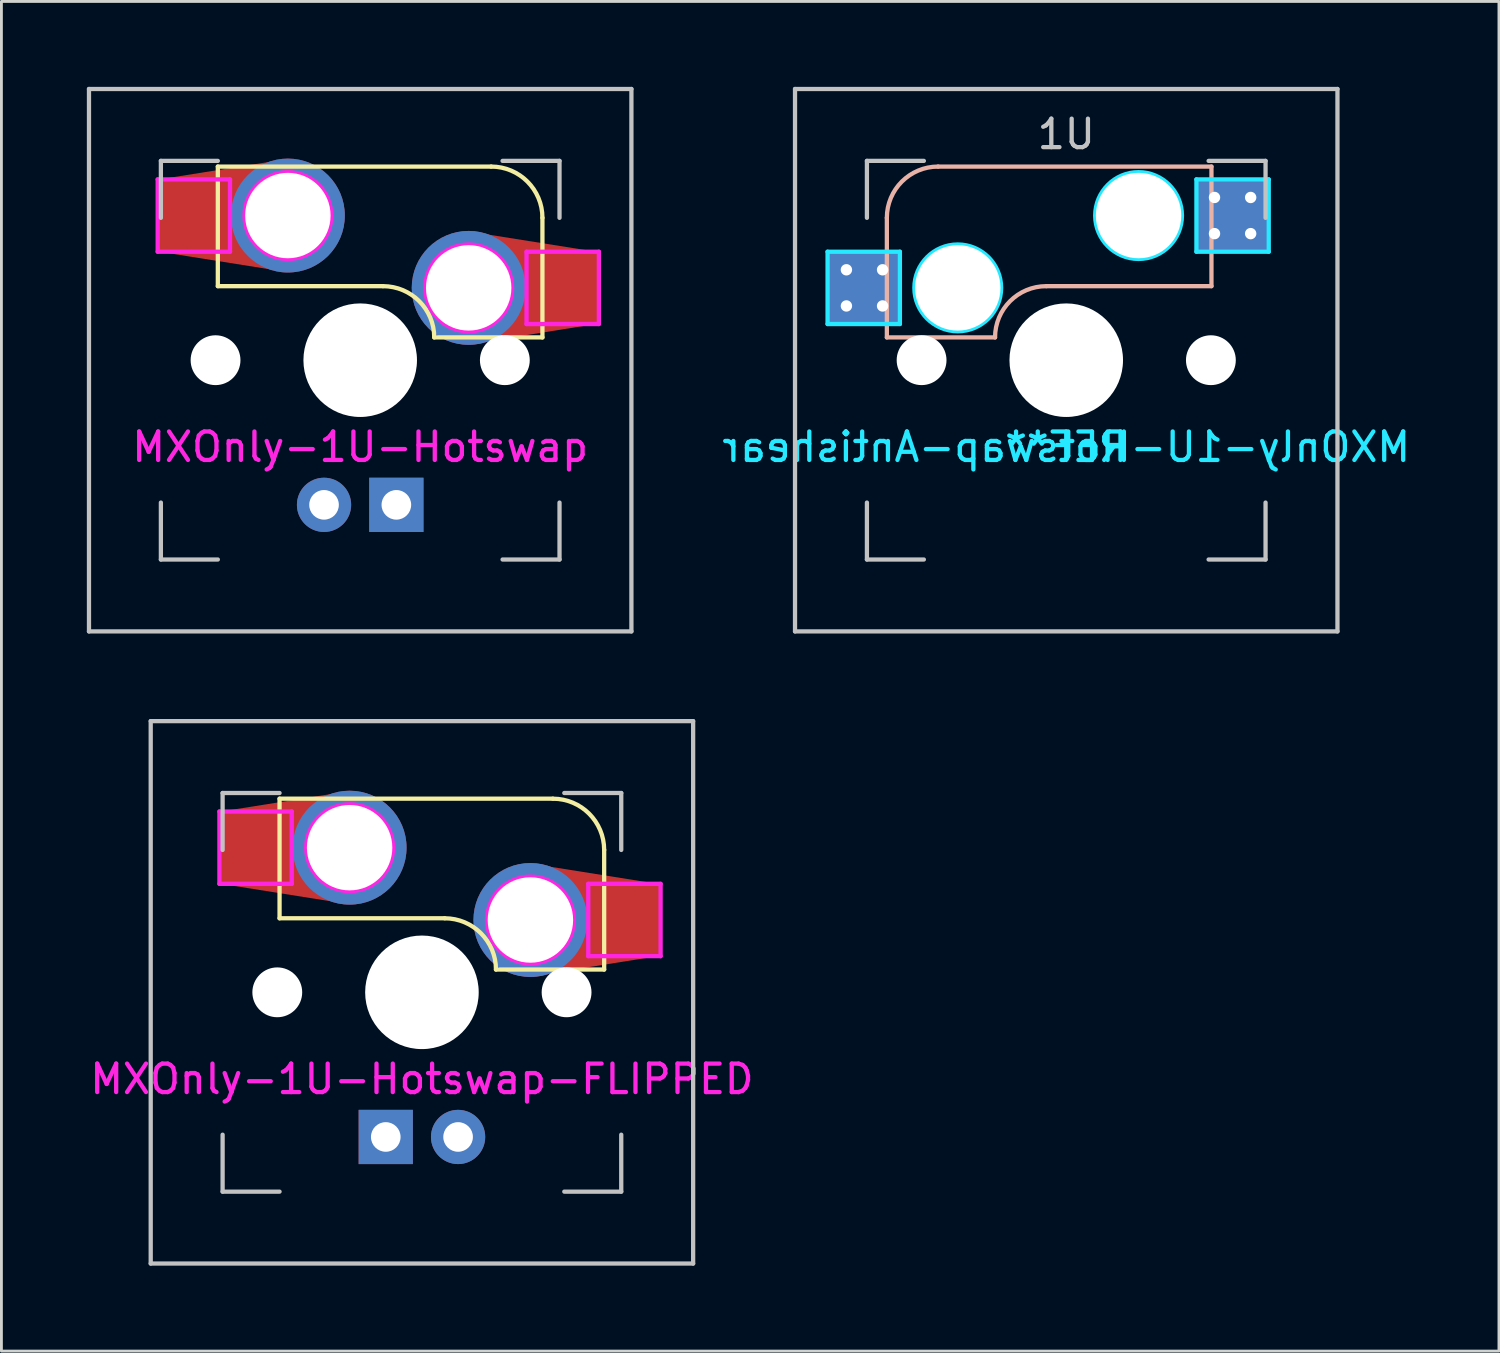
<source format=kicad_pcb>
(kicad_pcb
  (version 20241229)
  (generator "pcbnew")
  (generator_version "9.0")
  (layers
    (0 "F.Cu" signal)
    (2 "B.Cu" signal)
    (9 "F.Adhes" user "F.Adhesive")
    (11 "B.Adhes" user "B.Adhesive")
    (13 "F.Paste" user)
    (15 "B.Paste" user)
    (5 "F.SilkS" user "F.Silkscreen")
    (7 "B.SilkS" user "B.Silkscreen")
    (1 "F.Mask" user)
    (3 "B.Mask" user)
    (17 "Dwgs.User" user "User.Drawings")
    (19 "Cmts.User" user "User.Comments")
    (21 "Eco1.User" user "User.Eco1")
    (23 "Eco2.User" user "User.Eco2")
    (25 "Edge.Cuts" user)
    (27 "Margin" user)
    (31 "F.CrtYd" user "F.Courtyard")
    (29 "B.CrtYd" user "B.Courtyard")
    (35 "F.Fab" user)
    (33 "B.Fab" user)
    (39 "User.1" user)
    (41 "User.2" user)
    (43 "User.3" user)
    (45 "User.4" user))
  (footprint "MXOnly-1U-Hotswap-Antishear"
    (layer "F.Cu")
    (at 34.396 9.6)
    (property "Reference" "MXOnly-1U-Hotswap-Antishear" (at 0 3.048 0) (layer "B.CrtYd") (effects (font (size 1 1) (thickness 0.15)) (justify mirror)))
    (attr smd)
    (fp_line (start -6.3 -5) (end -6.3 -0.8) (stroke (width 0.15) (type solid)) (layer "B.SilkS"))
    (fp_line (start -6.3 -0.8) (end -2.5 -0.8) (stroke (width 0.15) (type solid)) (layer "B.SilkS"))
    (fp_line (start -0.7 -2.6) (end 5.1 -2.6) (stroke (width 0.15) (type solid)) (layer "B.SilkS"))
    (fp_line (start 5.1 -6.8) (end -4.5 -6.8) (stroke (width 0.15) (type solid)) (layer "B.SilkS"))
    (fp_line (start 5.1 -2.6) (end 5.1 -6.8) (stroke (width 0.15) (type solid)) (layer "B.SilkS"))
    (fp_arc (start -6.3 -5) (mid -5.772792 -6.272792) (end -4.5 -6.8) (stroke (width 0.15) (type solid)) (layer "B.SilkS"))
    (fp_arc (start -2.5 -0.8) (mid -1.972792 -2.072792) (end -0.7 -2.6) (stroke (width 0.15) (type solid)) (layer "B.SilkS"))
    (fp_line (start -9.525 -9.525) (end 9.525 -9.525) (stroke (width 0.15) (type solid)) (layer "Dwgs.User"))
    (fp_line (start -9.525 9.525) (end -9.525 -9.525) (stroke (width 0.15) (type solid)) (layer "Dwgs.User"))
    (fp_line (start -7 -7) (end -7 -5) (stroke (width 0.15) (type solid)) (layer "Dwgs.User"))
    (fp_line (start -7 5) (end -7 7) (stroke (width 0.15) (type solid)) (layer "Dwgs.User"))
    (fp_line (start -7 7) (end -5 7) (stroke (width 0.15) (type solid)) (layer "Dwgs.User"))
    (fp_line (start -5 -7) (end -7 -7) (stroke (width 0.15) (type solid)) (layer "Dwgs.User"))
    (fp_line (start 5 -7) (end 7 -7) (stroke (width 0.15) (type solid)) (layer "Dwgs.User"))
    (fp_line (start 5 7) (end 7 7) (stroke (width 0.15) (type solid)) (layer "Dwgs.User"))
    (fp_line (start 7 -7) (end 7 -5) (stroke (width 0.15) (type solid)) (layer "Dwgs.User"))
    (fp_line (start 7 7) (end 7 5) (stroke (width 0.15) (type solid)) (layer "Dwgs.User"))
    (fp_line (start 9.525 -9.525) (end 9.525 9.525) (stroke (width 0.15) (type solid)) (layer "Dwgs.User"))
    (fp_line (start 9.525 9.525) (end -9.525 9.525) (stroke (width 0.15) (type solid)) (layer "Dwgs.User"))
    (fp_line (start -8.382 -3.81) (end -8.382 -1.27) (stroke (width 0.15) (type solid)) (layer "B.CrtYd"))
    (fp_line (start -8.382 -1.27) (end -5.842 -1.27) (stroke (width 0.15) (type solid)) (layer "B.CrtYd"))
    (fp_line (start -5.842 -3.81) (end -8.382 -3.81) (stroke (width 0.15) (type solid)) (layer "B.CrtYd"))
    (fp_line (start -5.842 -1.27) (end -5.842 -3.81) (stroke (width 0.15) (type solid)) (layer "B.CrtYd"))
    (fp_line (start 4.572 -6.35) (end 7.112 -6.35) (stroke (width 0.15) (type solid)) (layer "B.CrtYd"))
    (fp_line (start 4.572 -3.81) (end 4.572 -6.35) (stroke (width 0.15) (type solid)) (layer "B.CrtYd"))
    (fp_line (start 7.112 -6.35) (end 7.112 -3.81) (stroke (width 0.15) (type solid)) (layer "B.CrtYd"))
    (fp_line (start 7.112 -3.81) (end 4.572 -3.81) (stroke (width 0.15) (type solid)) (layer "B.CrtYd"))
    (fp_circle (center -3.81 -2.54) (end -3.81 -4.064) (stroke (width 0.15) (type solid)) (fill no) (layer "B.CrtYd"))
    (fp_circle (center 2.54 -5.08) (end 2.54 -6.604) (stroke (width 0.15) (type solid)) (fill no) (layer "B.CrtYd"))
    (fp_text user "1U" (at 0 -7.938 0) (layer "Dwgs.User") (effects (font (size 1 1) (thickness 0.15))))
    (fp_text user "REF**" (at 0 3.048 0) (layer "B.CrtYd") (effects (font (size 1 1) (thickness 0.15)) (justify mirror)))
    (pad "" np_thru_hole circle (at -5.08 0 48.1) (size 1.75 1.75) (drill 1.75) (layers "*.Cu" "*.Mask"))
    (pad "" np_thru_hole circle (at -3.81 -2.54) (size 3 3) (drill 3) (layers "*.Cu" "*.Mask"))
    (pad "" np_thru_hole circle (at 0 0) (size 3.988 3.988) (drill 3.988) (layers "*.Cu" "*.Mask"))
    (pad "" np_thru_hole circle (at 2.54 -5.08) (size 3 3) (drill 3) (layers "*.Cu" "*.Mask"))
    (pad "" np_thru_hole circle (at 5.08 0 48.1) (size 1.75 1.75) (drill 1.75) (layers "*.Cu" "*.Mask"))
    (pad "1" thru_hole circle (at -7.72 -3.175) (size 0.8 0.8) (drill 0.4) (layers "*.Cu" "B.Mask"))
    (pad "1" thru_hole circle (at -7.72 -1.905) (size 0.8 0.8) (drill 0.4) (layers "*.Cu" "B.Mask"))
    (pad "1" smd rect (at -7.085 -2.54) (size 2.55 2.5) (layers "B.Cu" "B.Mask" "B.Paste"))
    (pad "1" thru_hole circle (at -6.45 -3.175) (size 0.8 0.8) (drill 0.4) (layers "*.Cu" "B.Mask"))
    (pad "1" thru_hole circle (at -6.45 -1.905) (size 0.8 0.8) (drill 0.4) (layers "*.Cu" "B.Mask"))
    (pad "2" thru_hole circle (at 5.207 -5.715) (size 0.8 0.8) (drill 0.4) (layers "*.Cu" "B.Mask"))
    (pad "2" thru_hole circle (at 5.207 -4.445) (size 0.8 0.8) (drill 0.4) (layers "*.Cu" "B.Mask"))
    (pad "2" smd rect (at 5.842 -5.08) (size 2.55 2.5) (layers "B.Cu" "B.Mask" "B.Paste"))
    (pad "2" thru_hole circle (at 6.477 -5.715) (size 0.8 0.8) (drill 0.4) (layers "*.Cu" "B.Mask"))
    (pad "2" thru_hole circle (at 6.477 -4.445) (size 0.8 0.8) (drill 0.4) (layers "*.Cu" "B.Mask")))
  (footprint "MXOnly-1U-Hotswap"
    (layer "F.Cu")
    (at 9.6 9.6)
    (property "Reference" "MXOnly-1U-Hotswap" (at 0 3.048 180) (layer "F.CrtYd") (effects (font (size 1 1) (thickness 0.15))))
    (attr smd)
    (fp_line (start -5 -6.8) (end 4.6 -6.8) (stroke (width 0.15) (type solid)) (layer "F.SilkS"))
    (fp_line (start -5 -2.6) (end -5 -6.8) (stroke (width 0.15) (type solid)) (layer "F.SilkS"))
    (fp_line (start 0.8 -2.6) (end -5 -2.6) (stroke (width 0.15) (type solid)) (layer "F.SilkS"))
    (fp_line (start 6.4 -5) (end 6.4 -0.8) (stroke (width 0.15) (type solid)) (layer "F.SilkS"))
    (fp_line (start 6.4 -0.8) (end 2.6 -0.8) (stroke (width 0.15) (type solid)) (layer "F.SilkS"))
    (fp_arc (start 0.8 -2.6) (mid 2.072792 -2.072792) (end 2.6 -0.8) (stroke (width 0.15) (type solid)) (layer "F.SilkS"))
    (fp_arc (start 4.6 -6.8) (mid 5.872792 -6.272792) (end 6.4 -5) (stroke (width 0.15) (type solid)) (layer "F.SilkS"))
    (fp_poly (pts (xy -5.08 -3.493) (xy -7.112 -3.81) (xy -7.112 -6.35) (xy -5.08 -6.668)) (stroke (width 0.1) (type solid)) (fill yes) (layer "F.Paste"))
    (fp_poly (pts (xy 6.477 -4.064) (xy 8.509 -3.747) (xy 8.509 -1.206) (xy 6.477 -0.889)) (stroke (width 0.1) (type solid)) (fill yes) (layer "F.Paste"))
    (fp_line (start -9.525 -9.525) (end -9.525 9.525) (stroke (width 0.15) (type solid)) (layer "Dwgs.User"))
    (fp_line (start -9.525 9.525) (end 9.525 9.525) (stroke (width 0.15) (type solid)) (layer "Dwgs.User"))
    (fp_line (start -7 -7) (end -7 -5) (stroke (width 0.15) (type solid)) (layer "Dwgs.User"))
    (fp_line (start -7 7) (end -7 5) (stroke (width 0.15) (type solid)) (layer "Dwgs.User"))
    (fp_line (start -5 -7) (end -7 -7) (stroke (width 0.15) (type solid)) (layer "Dwgs.User"))
    (fp_line (start -5 7) (end -7 7) (stroke (width 0.15) (type solid)) (layer "Dwgs.User"))
    (fp_line (start 5 -7) (end 7 -7) (stroke (width 0.15) (type solid)) (layer "Dwgs.User"))
    (fp_line (start 7 -7) (end 7 -5) (stroke (width 0.15) (type solid)) (layer "Dwgs.User"))
    (fp_line (start 7 5) (end 7 7) (stroke (width 0.15) (type solid)) (layer "Dwgs.User"))
    (fp_line (start 7 7) (end 5 7) (stroke (width 0.15) (type solid)) (layer "Dwgs.User"))
    (fp_line (start 9.525 -9.525) (end -9.525 -9.525) (stroke (width 0.15) (type solid)) (layer "Dwgs.User"))
    (fp_line (start 9.525 9.525) (end 9.525 -9.525) (stroke (width 0.15) (type solid)) (layer "Dwgs.User"))
    (fp_line (start -7.112 -6.35) (end -7.112 -3.81) (stroke (width 0.15) (type solid)) (layer "F.CrtYd"))
    (fp_line (start -7.112 -3.81) (end -4.572 -3.81) (stroke (width 0.15) (type solid)) (layer "F.CrtYd"))
    (fp_line (start -4.572 -6.35) (end -7.112 -6.35) (stroke (width 0.15) (type solid)) (layer "F.CrtYd"))
    (fp_line (start -4.572 -3.81) (end -4.572 -6.35) (stroke (width 0.15) (type solid)) (layer "F.CrtYd"))
    (fp_line (start 5.842 -3.81) (end 5.842 -1.27) (stroke (width 0.15) (type solid)) (layer "F.CrtYd"))
    (fp_line (start 5.842 -1.27) (end 8.382 -1.27) (stroke (width 0.15) (type solid)) (layer "F.CrtYd"))
    (fp_line (start 8.382 -3.81) (end 5.842 -3.81) (stroke (width 0.15) (type solid)) (layer "F.CrtYd"))
    (fp_line (start 8.382 -1.27) (end 8.382 -3.81) (stroke (width 0.15) (type solid)) (layer "F.CrtYd"))
    (fp_circle (center -2.54 -5.08) (end -2.54 -6.604) (stroke (width 0.15) (type solid)) (fill no) (layer "F.CrtYd"))
    (fp_circle (center 3.81 -2.54) (end 3.81 -4.064) (stroke (width 0.15) (type solid)) (fill no) (layer "F.CrtYd"))
    (pad "" np_thru_hole circle (at -5.08 0 131.9) (size 1.75 1.75) (drill 1.75) (layers "*.Cu" "*.Mask"))
    (pad "" np_thru_hole circle (at 0 0 180) (size 3.988 3.988) (drill 3.988) (layers "*.Cu" "*.Mask"))
    (pad "" np_thru_hole circle (at 5.08 0 131.9) (size 1.75 1.75) (drill 1.75) (layers "*.Cu" "*.Mask"))
    (pad "1" thru_hole circle (at 3.81 -2.54 180) (size 4 4) (drill 3) (layers "*.Cu" "F.Mask"))
    (pad "1" smd custom (at 7.085 -2.54 180) (size 2.55 2.5) (layers "F.Cu" "F.Mask") (options (anchor rect)) (primitives (gr_poly (pts (xy -1.195 1.219) (xy 3.275 1.93) (xy 3.275 -1.93) (xy -1.195 -1.219)) (width 0.1) (fill yes))))
    (pad "2" smd custom (at -5.841 -5.08 180) (size 2.55 2.5) (layers "F.Cu" "F.Mask") (options (anchor rect)) (primitives (gr_poly (pts (xy 1.219 -1.219) (xy -3.251 -1.93) (xy -3.251 1.93) (xy 1.219 1.219)) (width 0.1) (fill yes))))
    (pad "2" thru_hole circle (at -2.54 -5.08 180) (size 4 4) (drill 3) (layers "*.Cu" "F.Mask"))
    (pad "3" thru_hole circle (at -1.27 5.08) (size 1.905 1.905) (drill 1.04) (layers "*.Cu" "F.Mask"))
    (pad "4" thru_hole rect (at 1.27 5.08) (size 1.905 1.905) (drill 1.04) (layers "*.Cu" "F.Mask")))
  (footprint "MXOnly-1U-Hotswap-FLIPPED"
    (layer "F.Cu")
    (at 11.768 31.8)
    (property "Reference" "MXOnly-1U-Hotswap-FLIPPED" (at 0 3.048 180) (layer "F.CrtYd") (effects (font (size 1 1) (thickness 0.15))))
    (attr smd)
    (fp_line (start -5 -6.8) (end 4.6 -6.8) (stroke (width 0.15) (type solid)) (layer "F.SilkS"))
    (fp_line (start -5 -2.6) (end -5 -6.8) (stroke (width 0.15) (type solid)) (layer "F.SilkS"))
    (fp_line (start 0.8 -2.6) (end -5 -2.6) (stroke (width 0.15) (type solid)) (layer "F.SilkS"))
    (fp_line (start 6.4 -5) (end 6.4 -0.8) (stroke (width 0.15) (type solid)) (layer "F.SilkS"))
    (fp_line (start 6.4 -0.8) (end 2.6 -0.8) (stroke (width 0.15) (type solid)) (layer "F.SilkS"))
    (fp_arc (start 0.8 -2.6) (mid 2.072792 -2.072792) (end 2.6 -0.8) (stroke (width 0.15) (type solid)) (layer "F.SilkS"))
    (fp_arc (start 4.6 -6.8) (mid 5.872792 -6.272792) (end 6.4 -5) (stroke (width 0.15) (type solid)) (layer "F.SilkS"))
    (fp_poly (pts (xy -5.08 -3.493) (xy -7.112 -3.81) (xy -7.112 -6.35) (xy -5.08 -6.668)) (stroke (width 0.1) (type solid)) (fill yes) (layer "F.Paste"))
    (fp_poly (pts (xy 6.477 -4.064) (xy 8.509 -3.747) (xy 8.509 -1.206) (xy 6.477 -0.889)) (stroke (width 0.1) (type solid)) (fill yes) (layer "F.Paste"))
    (fp_line (start -9.525 -9.525) (end -9.525 9.525) (stroke (width 0.15) (type solid)) (layer "Dwgs.User"))
    (fp_line (start -9.525 9.525) (end 9.525 9.525) (stroke (width 0.15) (type solid)) (layer "Dwgs.User"))
    (fp_line (start -7 -7) (end -7 -5) (stroke (width 0.15) (type solid)) (layer "Dwgs.User"))
    (fp_line (start -7 7) (end -7 5) (stroke (width 0.15) (type solid)) (layer "Dwgs.User"))
    (fp_line (start -5 -7) (end -7 -7) (stroke (width 0.15) (type solid)) (layer "Dwgs.User"))
    (fp_line (start -5 7) (end -7 7) (stroke (width 0.15) (type solid)) (layer "Dwgs.User"))
    (fp_line (start 5 -7) (end 7 -7) (stroke (width 0.15) (type solid)) (layer "Dwgs.User"))
    (fp_line (start 7 -7) (end 7 -5) (stroke (width 0.15) (type solid)) (layer "Dwgs.User"))
    (fp_line (start 7 5) (end 7 7) (stroke (width 0.15) (type solid)) (layer "Dwgs.User"))
    (fp_line (start 7 7) (end 5 7) (stroke (width 0.15) (type solid)) (layer "Dwgs.User"))
    (fp_line (start 9.525 -9.525) (end -9.525 -9.525) (stroke (width 0.15) (type solid)) (layer "Dwgs.User"))
    (fp_line (start 9.525 9.525) (end 9.525 -9.525) (stroke (width 0.15) (type solid)) (layer "Dwgs.User"))
    (fp_line (start -7.112 -6.35) (end -7.112 -3.81) (stroke (width 0.15) (type solid)) (layer "F.CrtYd"))
    (fp_line (start -7.112 -3.81) (end -4.572 -3.81) (stroke (width 0.15) (type solid)) (layer "F.CrtYd"))
    (fp_line (start -4.572 -6.35) (end -7.112 -6.35) (stroke (width 0.15) (type solid)) (layer "F.CrtYd"))
    (fp_line (start -4.572 -3.81) (end -4.572 -6.35) (stroke (width 0.15) (type solid)) (layer "F.CrtYd"))
    (fp_line (start 5.842 -3.81) (end 5.842 -1.27) (stroke (width 0.15) (type solid)) (layer "F.CrtYd"))
    (fp_line (start 5.842 -1.27) (end 8.382 -1.27) (stroke (width 0.15) (type solid)) (layer "F.CrtYd"))
    (fp_line (start 8.382 -3.81) (end 5.842 -3.81) (stroke (width 0.15) (type solid)) (layer "F.CrtYd"))
    (fp_line (start 8.382 -1.27) (end 8.382 -3.81) (stroke (width 0.15) (type solid)) (layer "F.CrtYd"))
    (fp_circle (center -2.54 -5.08) (end -2.54 -6.604) (stroke (width 0.15) (type solid)) (fill no) (layer "F.CrtYd"))
    (fp_circle (center 3.81 -2.54) (end 3.81 -4.064) (stroke (width 0.15) (type solid)) (fill no) (layer "F.CrtYd"))
    (pad "" np_thru_hole circle (at -5.08 0 131.9) (size 1.75 1.75) (drill 1.75) (layers "*.Cu" "*.Mask"))
    (pad "" np_thru_hole circle (at 0 0 180) (size 3.988 3.988) (drill 3.988) (layers "*.Cu" "*.Mask"))
    (pad "" np_thru_hole circle (at 5.08 0 131.9) (size 1.75 1.75) (drill 1.75) (layers "*.Cu" "*.Mask"))
    (pad "1" thru_hole circle (at 3.81 -2.54 180) (size 4 4) (drill 3) (layers "*.Cu" "F.Mask"))
    (pad "1" smd custom (at 7.085 -2.54 180) (size 2.55 2.5) (layers "F.Cu" "F.Mask") (options (anchor rect)) (primitives (gr_poly (pts (xy -1.195 1.219) (xy 3.275 1.93) (xy 3.275 -1.93) (xy -1.195 -1.219)) (width 0.1) (fill yes))))
    (pad "2" smd custom (at -5.841 -5.08 180) (size 2.55 2.5) (layers "F.Cu" "F.Mask") (options (anchor rect)) (primitives (gr_poly (pts (xy 1.219 -1.219) (xy -3.251 -1.93) (xy -3.251 1.93) (xy 1.219 1.219)) (width 0.1) (fill yes))))
    (pad "2" thru_hole circle (at -2.54 -5.08 180) (size 4 4) (drill 3) (layers "*.Cu" "F.Mask"))
    (pad "3" thru_hole circle (at 1.27 5.08) (size 1.905 1.905) (drill 1.04) (layers "*.Cu" "B.Mask"))
    (pad "4" thru_hole rect (at -1.27 5.08) (size 1.905 1.905) (drill 1.04) (layers "*.Cu" "B.Mask")))
  (gr_rect
    (start -3 -3)
    (end 49.593 44.4)
    (stroke (width 0.1) (type default))
    (fill no)
    (layer "Edge.Cuts")))
</source>
